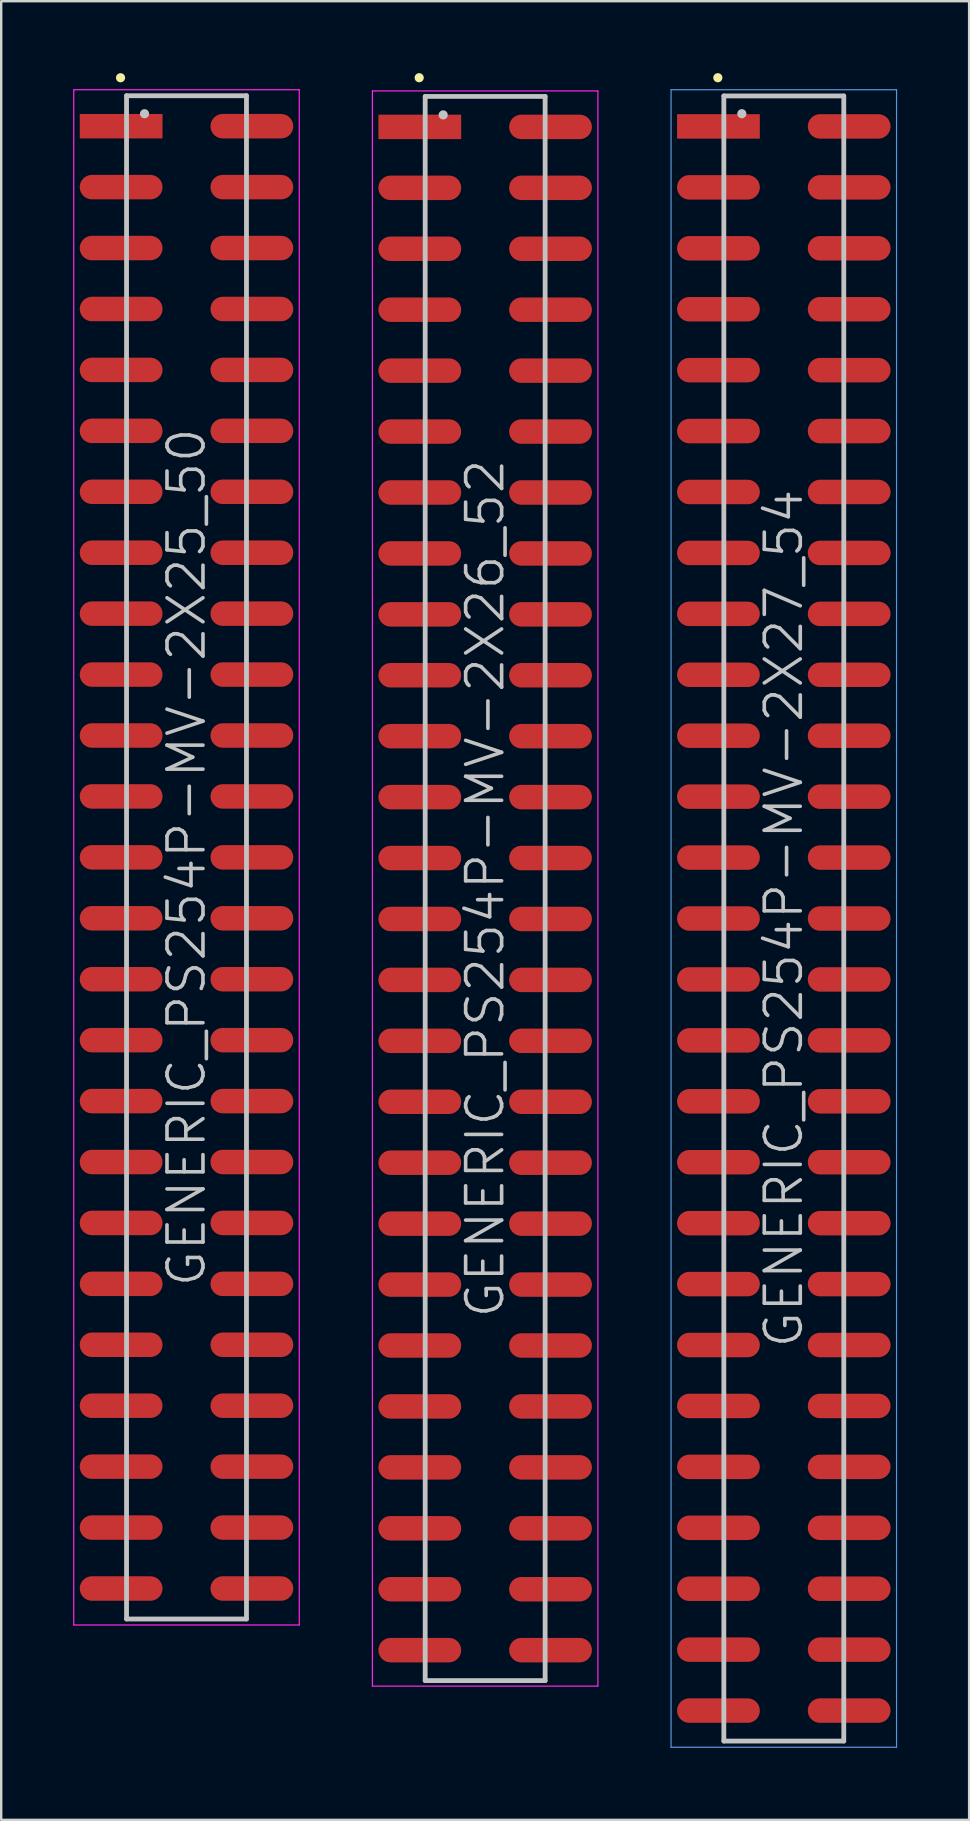
<source format=kicad_pcb>
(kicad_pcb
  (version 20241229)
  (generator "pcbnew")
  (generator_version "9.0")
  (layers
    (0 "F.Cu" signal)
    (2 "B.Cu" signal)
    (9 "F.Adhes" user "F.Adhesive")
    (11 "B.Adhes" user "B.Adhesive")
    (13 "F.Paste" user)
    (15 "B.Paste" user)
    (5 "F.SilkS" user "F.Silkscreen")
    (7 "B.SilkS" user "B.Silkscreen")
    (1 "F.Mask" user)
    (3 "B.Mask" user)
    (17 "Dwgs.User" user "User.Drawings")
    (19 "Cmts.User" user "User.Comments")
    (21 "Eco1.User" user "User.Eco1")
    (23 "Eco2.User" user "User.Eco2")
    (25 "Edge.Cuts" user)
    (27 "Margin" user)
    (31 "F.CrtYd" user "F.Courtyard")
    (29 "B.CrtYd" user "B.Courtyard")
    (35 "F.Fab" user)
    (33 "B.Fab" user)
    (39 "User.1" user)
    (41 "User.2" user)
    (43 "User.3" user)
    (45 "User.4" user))
  (footprint "GENERIC_PS254P-MV-2X25_50"
    (layer "F.Cu")
    (at 4.725 32.691)
    (property "Reference" "GENERIC_PS254P-MV-2X25_50" (at 0 0 90) (layer "Dwgs.User") (effects (font (size 1.5 1.5) (thickness 0.15))))
    (attr smd)
    (fp_line (start -2.75 -32.5) (end -2.75 -32.5) (stroke (width 0.381) (type solid)) (layer "F.SilkS"))
    (fp_line (start -2.5 -31.75) (end -2.5 31.75) (stroke (width 0.2) (type solid)) (layer "Dwgs.User"))
    (fp_line (start -2.5 -31.75) (end 2.5 -31.75) (stroke (width 0.2) (type solid)) (layer "Dwgs.User"))
    (fp_line (start -2.5 31.75) (end 2.5 31.75) (stroke (width 0.2) (type solid)) (layer "Dwgs.User"))
    (fp_line (start -1.75 -31) (end -1.75 -31) (stroke (width 0.381) (type solid)) (layer "Dwgs.User"))
    (fp_line (start 2.5 -31.75) (end 2.5 31.75) (stroke (width 0.2) (type solid)) (layer "Dwgs.User"))
    (fp_line (start -4.7 -32) (end -4.7 32) (stroke (width 0.05) (type solid)) (layer "F.CrtYd"))
    (fp_line (start -4.7 -32) (end 4.7 -32) (stroke (width 0.05) (type solid)) (layer "F.CrtYd"))
    (fp_line (start -4.7 32) (end 4.7 32) (stroke (width 0.05) (type solid)) (layer "F.CrtYd"))
    (fp_line (start 4.7 -32) (end 4.7 32) (stroke (width 0.05) (type solid)) (layer "F.CrtYd"))
    (pad "1" smd rect (at -2.725 -30.48 270) (size 1.02 3.45) (layers "F.Cu" "F.Mask" "F.Paste"))
    (pad "2" smd oval (at 2.725 -30.48 270) (size 1.02 3.45) (layers "F.Cu" "F.Mask" "F.Paste"))
    (pad "3" smd oval (at -2.725 -27.94 270) (size 1.02 3.45) (layers "F.Cu" "F.Mask" "F.Paste"))
    (pad "4" smd oval (at 2.725 -27.94 270) (size 1.02 3.45) (layers "F.Cu" "F.Mask" "F.Paste"))
    (pad "5" smd oval (at -2.725 -25.4 270) (size 1.02 3.45) (layers "F.Cu" "F.Mask" "F.Paste"))
    (pad "6" smd oval (at 2.725 -25.4 270) (size 1.02 3.45) (layers "F.Cu" "F.Mask" "F.Paste"))
    (pad "7" smd oval (at -2.725 -22.86 270) (size 1.02 3.45) (layers "F.Cu" "F.Mask" "F.Paste"))
    (pad "8" smd oval (at 2.725 -22.86 270) (size 1.02 3.45) (layers "F.Cu" "F.Mask" "F.Paste"))
    (pad "9" smd oval (at -2.725 -20.32 270) (size 1.02 3.45) (layers "F.Cu" "F.Mask" "F.Paste"))
    (pad "10" smd oval (at 2.725 -20.32 270) (size 1.02 3.45) (layers "F.Cu" "F.Mask" "F.Paste"))
    (pad "11" smd oval (at -2.725 -17.78 270) (size 1.02 3.45) (layers "F.Cu" "F.Mask" "F.Paste"))
    (pad "12" smd oval (at 2.725 -17.78 270) (size 1.02 3.45) (layers "F.Cu" "F.Mask" "F.Paste"))
    (pad "13" smd oval (at -2.725 -15.24 270) (size 1.02 3.45) (layers "F.Cu" "F.Mask" "F.Paste"))
    (pad "14" smd oval (at 2.725 -15.24 270) (size 1.02 3.45) (layers "F.Cu" "F.Mask" "F.Paste"))
    (pad "15" smd oval (at -2.725 -12.7 270) (size 1.02 3.45) (layers "F.Cu" "F.Mask" "F.Paste"))
    (pad "16" smd oval (at 2.725 -12.7 270) (size 1.02 3.45) (layers "F.Cu" "F.Mask" "F.Paste"))
    (pad "17" smd oval (at -2.725 -10.16 270) (size 1.02 3.45) (layers "F.Cu" "F.Mask" "F.Paste"))
    (pad "18" smd oval (at 2.725 -10.16 270) (size 1.02 3.45) (layers "F.Cu" "F.Mask" "F.Paste"))
    (pad "19" smd oval (at -2.725 -7.62 270) (size 1.02 3.45) (layers "F.Cu" "F.Mask" "F.Paste"))
    (pad "20" smd oval (at 2.725 -7.62 270) (size 1.02 3.45) (layers "F.Cu" "F.Mask" "F.Paste"))
    (pad "21" smd oval (at -2.725 -5.08 270) (size 1.02 3.45) (layers "F.Cu" "F.Mask" "F.Paste"))
    (pad "22" smd oval (at 2.725 -5.08 270) (size 1.02 3.45) (layers "F.Cu" "F.Mask" "F.Paste"))
    (pad "23" smd oval (at -2.725 -2.54 270) (size 1.02 3.45) (layers "F.Cu" "F.Mask" "F.Paste"))
    (pad "24" smd oval (at 2.725 -2.54 270) (size 1.02 3.45) (layers "F.Cu" "F.Mask" "F.Paste"))
    (pad "25" smd oval (at -2.725 0 270) (size 1.02 3.45) (layers "F.Cu" "F.Mask" "F.Paste"))
    (pad "26" smd oval (at 2.725 0 270) (size 1.02 3.45) (layers "F.Cu" "F.Mask" "F.Paste"))
    (pad "27" smd oval (at -2.725 2.54 270) (size 1.02 3.45) (layers "F.Cu" "F.Mask" "F.Paste"))
    (pad "28" smd oval (at 2.725 2.54 270) (size 1.02 3.45) (layers "F.Cu" "F.Mask" "F.Paste"))
    (pad "29" smd oval (at -2.725 5.08 270) (size 1.02 3.45) (layers "F.Cu" "F.Mask" "F.Paste"))
    (pad "30" smd oval (at 2.725 5.08 270) (size 1.02 3.45) (layers "F.Cu" "F.Mask" "F.Paste"))
    (pad "31" smd oval (at -2.725 7.62 270) (size 1.02 3.45) (layers "F.Cu" "F.Mask" "F.Paste"))
    (pad "32" smd oval (at 2.725 7.62 270) (size 1.02 3.45) (layers "F.Cu" "F.Mask" "F.Paste"))
    (pad "33" smd oval (at -2.725 10.16 270) (size 1.02 3.45) (layers "F.Cu" "F.Mask" "F.Paste"))
    (pad "34" smd oval (at 2.725 10.16 270) (size 1.02 3.45) (layers "F.Cu" "F.Mask" "F.Paste"))
    (pad "35" smd oval (at -2.725 12.7 270) (size 1.02 3.45) (layers "F.Cu" "F.Mask" "F.Paste"))
    (pad "36" smd oval (at 2.725 12.7 270) (size 1.02 3.45) (layers "F.Cu" "F.Mask" "F.Paste"))
    (pad "37" smd oval (at -2.725 15.24 270) (size 1.02 3.45) (layers "F.Cu" "F.Mask" "F.Paste"))
    (pad "38" smd oval (at 2.725 15.24 270) (size 1.02 3.45) (layers "F.Cu" "F.Mask" "F.Paste"))
    (pad "39" smd oval (at -2.725 17.78 270) (size 1.02 3.45) (layers "F.Cu" "F.Mask" "F.Paste"))
    (pad "40" smd oval (at 2.725 17.78 270) (size 1.02 3.45) (layers "F.Cu" "F.Mask" "F.Paste"))
    (pad "41" smd oval (at -2.725 20.32 270) (size 1.02 3.45) (layers "F.Cu" "F.Mask" "F.Paste"))
    (pad "42" smd oval (at 2.725 20.32 270) (size 1.02 3.45) (layers "F.Cu" "F.Mask" "F.Paste"))
    (pad "43" smd oval (at -2.725 22.86 270) (size 1.02 3.45) (layers "F.Cu" "F.Mask" "F.Paste"))
    (pad "44" smd oval (at 2.725 22.86 270) (size 1.02 3.45) (layers "F.Cu" "F.Mask" "F.Paste"))
    (pad "45" smd oval (at -2.725 25.4 270) (size 1.02 3.45) (layers "F.Cu" "F.Mask" "F.Paste"))
    (pad "46" smd oval (at 2.725 25.4 270) (size 1.02 3.45) (layers "F.Cu" "F.Mask" "F.Paste"))
    (pad "47" smd oval (at -2.725 27.94 270) (size 1.02 3.45) (layers "F.Cu" "F.Mask" "F.Paste"))
    (pad "48" smd oval (at 2.725 27.94 270) (size 1.02 3.45) (layers "F.Cu" "F.Mask" "F.Paste"))
    (pad "49" smd oval (at -2.725 30.48 270) (size 1.02 3.45) (layers "F.Cu" "F.Mask" "F.Paste"))
    (pad "50" smd oval (at 2.725 30.48 270) (size 1.02 3.45) (layers "F.Cu" "F.Mask" "F.Paste")))
  (footprint "GENERIC_PS254P-MV-2X26_52"
    (layer "F.Cu")
    (at 17.175 33.99)
    (property "Reference" "GENERIC_PS254P-MV-2X26_52" (at 0 0 90) (layer "Dwgs.User") (effects (font (size 1.5 1.5) (thickness 0.15))))
    (attr smd)
    (fp_line (start -2.75 -33.8) (end -2.75 -33.8) (stroke (width 0.381) (type solid)) (layer "F.SilkS"))
    (fp_line (start -2.5 -33.02) (end -2.5 33.02) (stroke (width 0.2) (type solid)) (layer "Dwgs.User"))
    (fp_line (start -2.5 -33.02) (end 2.5 -33.02) (stroke (width 0.2) (type solid)) (layer "Dwgs.User"))
    (fp_line (start -2.5 33.02) (end 2.5 33.02) (stroke (width 0.2) (type solid)) (layer "Dwgs.User"))
    (fp_line (start -1.75 -32.25) (end -1.75 -32.25) (stroke (width 0.381) (type solid)) (layer "Dwgs.User"))
    (fp_line (start 2.5 -33.02) (end 2.5 33.02) (stroke (width 0.2) (type solid)) (layer "Dwgs.User"))
    (fp_line (start -4.7 -33.25) (end -4.7 33.25) (stroke (width 0.05) (type solid)) (layer "F.CrtYd"))
    (fp_line (start -4.7 -33.25) (end 4.7 -33.25) (stroke (width 0.05) (type solid)) (layer "F.CrtYd"))
    (fp_line (start -4.7 33.25) (end 4.7 33.25) (stroke (width 0.05) (type solid)) (layer "F.CrtYd"))
    (fp_line (start 4.7 -33.25) (end 4.7 33.25) (stroke (width 0.05) (type solid)) (layer "F.CrtYd"))
    (pad "1" smd rect (at -2.725 -31.75 270) (size 1.02 3.45) (layers "F.Cu" "F.Mask" "F.Paste"))
    (pad "2" smd oval (at 2.725 -31.75 270) (size 1.02 3.45) (layers "F.Cu" "F.Mask" "F.Paste"))
    (pad "3" smd oval (at -2.725 -29.21 270) (size 1.02 3.45) (layers "F.Cu" "F.Mask" "F.Paste"))
    (pad "4" smd oval (at 2.725 -29.21 270) (size 1.02 3.45) (layers "F.Cu" "F.Mask" "F.Paste"))
    (pad "5" smd oval (at -2.725 -26.67 270) (size 1.02 3.45) (layers "F.Cu" "F.Mask" "F.Paste"))
    (pad "6" smd oval (at 2.725 -26.67 270) (size 1.02 3.45) (layers "F.Cu" "F.Mask" "F.Paste"))
    (pad "7" smd oval (at -2.725 -24.13 270) (size 1.02 3.45) (layers "F.Cu" "F.Mask" "F.Paste"))
    (pad "8" smd oval (at 2.725 -24.13 270) (size 1.02 3.45) (layers "F.Cu" "F.Mask" "F.Paste"))
    (pad "9" smd oval (at -2.725 -21.59 270) (size 1.02 3.45) (layers "F.Cu" "F.Mask" "F.Paste"))
    (pad "10" smd oval (at 2.725 -21.59 270) (size 1.02 3.45) (layers "F.Cu" "F.Mask" "F.Paste"))
    (pad "11" smd oval (at -2.725 -19.05 270) (size 1.02 3.45) (layers "F.Cu" "F.Mask" "F.Paste"))
    (pad "12" smd oval (at 2.725 -19.05 270) (size 1.02 3.45) (layers "F.Cu" "F.Mask" "F.Paste"))
    (pad "13" smd oval (at -2.725 -16.51 270) (size 1.02 3.45) (layers "F.Cu" "F.Mask" "F.Paste"))
    (pad "14" smd oval (at 2.725 -16.51 270) (size 1.02 3.45) (layers "F.Cu" "F.Mask" "F.Paste"))
    (pad "15" smd oval (at -2.725 -13.97 270) (size 1.02 3.45) (layers "F.Cu" "F.Mask" "F.Paste"))
    (pad "16" smd oval (at 2.725 -13.97 270) (size 1.02 3.45) (layers "F.Cu" "F.Mask" "F.Paste"))
    (pad "17" smd oval (at -2.725 -11.43 270) (size 1.02 3.45) (layers "F.Cu" "F.Mask" "F.Paste"))
    (pad "18" smd oval (at 2.725 -11.43 270) (size 1.02 3.45) (layers "F.Cu" "F.Mask" "F.Paste"))
    (pad "19" smd oval (at -2.725 -8.89 270) (size 1.02 3.45) (layers "F.Cu" "F.Mask" "F.Paste"))
    (pad "20" smd oval (at 2.725 -8.89 270) (size 1.02 3.45) (layers "F.Cu" "F.Mask" "F.Paste"))
    (pad "21" smd oval (at -2.725 -6.35 270) (size 1.02 3.45) (layers "F.Cu" "F.Mask" "F.Paste"))
    (pad "22" smd oval (at 2.725 -6.35 270) (size 1.02 3.45) (layers "F.Cu" "F.Mask" "F.Paste"))
    (pad "23" smd oval (at -2.725 -3.81 270) (size 1.02 3.45) (layers "F.Cu" "F.Mask" "F.Paste"))
    (pad "24" smd oval (at 2.725 -3.81 270) (size 1.02 3.45) (layers "F.Cu" "F.Mask" "F.Paste"))
    (pad "25" smd oval (at -2.725 -1.27 270) (size 1.02 3.45) (layers "F.Cu" "F.Mask" "F.Paste"))
    (pad "26" smd oval (at 2.725 -1.27 270) (size 1.02 3.45) (layers "F.Cu" "F.Mask" "F.Paste"))
    (pad "27" smd oval (at -2.725 1.27 270) (size 1.02 3.45) (layers "F.Cu" "F.Mask" "F.Paste"))
    (pad "28" smd oval (at 2.725 1.27 270) (size 1.02 3.45) (layers "F.Cu" "F.Mask" "F.Paste"))
    (pad "29" smd oval (at -2.725 3.81 270) (size 1.02 3.45) (layers "F.Cu" "F.Mask" "F.Paste"))
    (pad "30" smd oval (at 2.725 3.81 270) (size 1.02 3.45) (layers "F.Cu" "F.Mask" "F.Paste"))
    (pad "31" smd oval (at -2.725 6.35 270) (size 1.02 3.45) (layers "F.Cu" "F.Mask" "F.Paste"))
    (pad "32" smd oval (at 2.725 6.35 270) (size 1.02 3.45) (layers "F.Cu" "F.Mask" "F.Paste"))
    (pad "33" smd oval (at -2.725 8.89 270) (size 1.02 3.45) (layers "F.Cu" "F.Mask" "F.Paste"))
    (pad "34" smd oval (at 2.725 8.89 270) (size 1.02 3.45) (layers "F.Cu" "F.Mask" "F.Paste"))
    (pad "35" smd oval (at -2.725 11.43 270) (size 1.02 3.45) (layers "F.Cu" "F.Mask" "F.Paste"))
    (pad "36" smd oval (at 2.725 11.43 270) (size 1.02 3.45) (layers "F.Cu" "F.Mask" "F.Paste"))
    (pad "37" smd oval (at -2.725 13.97 270) (size 1.02 3.45) (layers "F.Cu" "F.Mask" "F.Paste"))
    (pad "38" smd oval (at 2.725 13.97 270) (size 1.02 3.45) (layers "F.Cu" "F.Mask" "F.Paste"))
    (pad "39" smd oval (at -2.725 16.51 270) (size 1.02 3.45) (layers "F.Cu" "F.Mask" "F.Paste"))
    (pad "40" smd oval (at 2.725 16.51 270) (size 1.02 3.45) (layers "F.Cu" "F.Mask" "F.Paste"))
    (pad "41" smd oval (at -2.725 19.05 270) (size 1.02 3.45) (layers "F.Cu" "F.Mask" "F.Paste"))
    (pad "42" smd oval (at 2.725 19.05 270) (size 1.02 3.45) (layers "F.Cu" "F.Mask" "F.Paste"))
    (pad "43" smd oval (at -2.725 21.59 270) (size 1.02 3.45) (layers "F.Cu" "F.Mask" "F.Paste"))
    (pad "44" smd oval (at 2.725 21.59 270) (size 1.02 3.45) (layers "F.Cu" "F.Mask" "F.Paste"))
    (pad "45" smd oval (at -2.725 24.13 270) (size 1.02 3.45) (layers "F.Cu" "F.Mask" "F.Paste"))
    (pad "46" smd oval (at 2.725 24.13 270) (size 1.02 3.45) (layers "F.Cu" "F.Mask" "F.Paste"))
    (pad "47" smd oval (at -2.725 26.67 270) (size 1.02 3.45) (layers "F.Cu" "F.Mask" "F.Paste"))
    (pad "48" smd oval (at 2.725 26.67 270) (size 1.02 3.45) (layers "F.Cu" "F.Mask" "F.Paste"))
    (pad "49" smd oval (at -2.725 29.21 270) (size 1.02 3.45) (layers "F.Cu" "F.Mask" "F.Paste"))
    (pad "50" smd oval (at 2.725 29.21 270) (size 1.02 3.45) (layers "F.Cu" "F.Mask" "F.Paste"))
    (pad "51" smd oval (at -2.725 31.75 270) (size 1.02 3.45) (layers "F.Cu" "F.Mask" "F.Paste"))
    (pad "52" smd oval (at 2.725 31.75 270) (size 1.02 3.45) (layers "F.Cu" "F.Mask" "F.Paste")))
  (footprint "GENERIC_PS254P-MV-2X27_54"
    (layer "F.Cu")
    (at 29.625 35.24)
    (property "Reference" "GENERIC_PS254P-MV-2X27_54" (at 0 0 90) (layer "Dwgs.User") (effects (font (size 1.5 1.5) (thickness 0.15))))
    (attr smd)
    (fp_line (start -2.75 -35.05) (end -2.75 -35.05) (stroke (width 0.381) (type solid)) (layer "F.SilkS"))
    (fp_line (start -2.5 -34.29) (end -2.5 34.29) (stroke (width 0.2) (type solid)) (layer "Dwgs.User"))
    (fp_line (start -2.5 -34.29) (end 2.5 -34.29) (stroke (width 0.2) (type solid)) (layer "Dwgs.User"))
    (fp_line (start -2.5 34.29) (end 2.5 34.29) (stroke (width 0.2) (type solid)) (layer "Dwgs.User"))
    (fp_line (start -1.75 -33.55) (end -1.75 -33.55) (stroke (width 0.381) (type solid)) (layer "Dwgs.User"))
    (fp_line (start 2.5 -34.29) (end 2.5 34.29) (stroke (width 0.2) (type solid)) (layer "Dwgs.User"))
    (fp_line (start -4.7 -34.55) (end -4.7 34.55) (stroke (width 0.05) (type solid)) (layer "Cmts.User"))
    (fp_line (start -4.7 -34.55) (end 4.7 -34.55) (stroke (width 0.05) (type solid)) (layer "Cmts.User"))
    (fp_line (start -4.7 34.55) (end 4.7 34.55) (stroke (width 0.05) (type solid)) (layer "Cmts.User"))
    (fp_line (start 4.7 -34.55) (end 4.7 34.55) (stroke (width 0.05) (type solid)) (layer "Cmts.User"))
    (pad "1" smd rect (at -2.725 -33.02 270) (size 1.02 3.45) (layers "F.Cu" "F.Mask" "F.Paste"))
    (pad "2" smd oval (at 2.725 -33.02 270) (size 1.02 3.45) (layers "F.Cu" "F.Mask" "F.Paste"))
    (pad "3" smd oval (at -2.725 -30.48 270) (size 1.02 3.45) (layers "F.Cu" "F.Mask" "F.Paste"))
    (pad "4" smd oval (at 2.725 -30.48 270) (size 1.02 3.45) (layers "F.Cu" "F.Mask" "F.Paste"))
    (pad "5" smd oval (at -2.725 -27.94 270) (size 1.02 3.45) (layers "F.Cu" "F.Mask" "F.Paste"))
    (pad "6" smd oval (at 2.725 -27.94 270) (size 1.02 3.45) (layers "F.Cu" "F.Mask" "F.Paste"))
    (pad "7" smd oval (at -2.725 -25.4 270) (size 1.02 3.45) (layers "F.Cu" "F.Mask" "F.Paste"))
    (pad "8" smd oval (at 2.725 -25.4 270) (size 1.02 3.45) (layers "F.Cu" "F.Mask" "F.Paste"))
    (pad "9" smd oval (at -2.725 -22.86 270) (size 1.02 3.45) (layers "F.Cu" "F.Mask" "F.Paste"))
    (pad "10" smd oval (at 2.725 -22.86 270) (size 1.02 3.45) (layers "F.Cu" "F.Mask" "F.Paste"))
    (pad "11" smd oval (at -2.725 -20.32 270) (size 1.02 3.45) (layers "F.Cu" "F.Mask" "F.Paste"))
    (pad "12" smd oval (at 2.725 -20.32 270) (size 1.02 3.45) (layers "F.Cu" "F.Mask" "F.Paste"))
    (pad "13" smd oval (at -2.725 -17.78 270) (size 1.02 3.45) (layers "F.Cu" "F.Mask" "F.Paste"))
    (pad "14" smd oval (at 2.725 -17.78 270) (size 1.02 3.45) (layers "F.Cu" "F.Mask" "F.Paste"))
    (pad "15" smd oval (at -2.725 -15.24 270) (size 1.02 3.45) (layers "F.Cu" "F.Mask" "F.Paste"))
    (pad "16" smd oval (at 2.725 -15.24 270) (size 1.02 3.45) (layers "F.Cu" "F.Mask" "F.Paste"))
    (pad "17" smd oval (at -2.725 -12.7 270) (size 1.02 3.45) (layers "F.Cu" "F.Mask" "F.Paste"))
    (pad "18" smd oval (at 2.725 -12.7 270) (size 1.02 3.45) (layers "F.Cu" "F.Mask" "F.Paste"))
    (pad "19" smd oval (at -2.725 -10.16 270) (size 1.02 3.45) (layers "F.Cu" "F.Mask" "F.Paste"))
    (pad "20" smd oval (at 2.725 -10.16 270) (size 1.02 3.45) (layers "F.Cu" "F.Mask" "F.Paste"))
    (pad "21" smd oval (at -2.725 -7.62 270) (size 1.02 3.45) (layers "F.Cu" "F.Mask" "F.Paste"))
    (pad "22" smd oval (at 2.725 -7.62 270) (size 1.02 3.45) (layers "F.Cu" "F.Mask" "F.Paste"))
    (pad "23" smd oval (at -2.725 -5.08 270) (size 1.02 3.45) (layers "F.Cu" "F.Mask" "F.Paste"))
    (pad "24" smd oval (at 2.725 -5.08 270) (size 1.02 3.45) (layers "F.Cu" "F.Mask" "F.Paste"))
    (pad "25" smd oval (at -2.725 -2.54 270) (size 1.02 3.45) (layers "F.Cu" "F.Mask" "F.Paste"))
    (pad "26" smd oval (at 2.725 -2.54 270) (size 1.02 3.45) (layers "F.Cu" "F.Mask" "F.Paste"))
    (pad "27" smd oval (at -2.725 0 270) (size 1.02 3.45) (layers "F.Cu" "F.Mask" "F.Paste"))
    (pad "28" smd oval (at 2.725 0 270) (size 1.02 3.45) (layers "F.Cu" "F.Mask" "F.Paste"))
    (pad "29" smd oval (at -2.725 2.54 270) (size 1.02 3.45) (layers "F.Cu" "F.Mask" "F.Paste"))
    (pad "30" smd oval (at 2.725 2.54 270) (size 1.02 3.45) (layers "F.Cu" "F.Mask" "F.Paste"))
    (pad "31" smd oval (at -2.725 5.08 270) (size 1.02 3.45) (layers "F.Cu" "F.Mask" "F.Paste"))
    (pad "32" smd oval (at 2.725 5.08 270) (size 1.02 3.45) (layers "F.Cu" "F.Mask" "F.Paste"))
    (pad "33" smd oval (at -2.725 7.62 270) (size 1.02 3.45) (layers "F.Cu" "F.Mask" "F.Paste"))
    (pad "34" smd oval (at 2.725 7.62 270) (size 1.02 3.45) (layers "F.Cu" "F.Mask" "F.Paste"))
    (pad "35" smd oval (at -2.725 10.16 270) (size 1.02 3.45) (layers "F.Cu" "F.Mask" "F.Paste"))
    (pad "36" smd oval (at 2.725 10.16 270) (size 1.02 3.45) (layers "F.Cu" "F.Mask" "F.Paste"))
    (pad "37" smd oval (at -2.725 12.7 270) (size 1.02 3.45) (layers "F.Cu" "F.Mask" "F.Paste"))
    (pad "38" smd oval (at 2.725 12.7 270) (size 1.02 3.45) (layers "F.Cu" "F.Mask" "F.Paste"))
    (pad "39" smd oval (at -2.725 15.24 270) (size 1.02 3.45) (layers "F.Cu" "F.Mask" "F.Paste"))
    (pad "40" smd oval (at 2.725 15.24 270) (size 1.02 3.45) (layers "F.Cu" "F.Mask" "F.Paste"))
    (pad "41" smd oval (at -2.725 17.78 270) (size 1.02 3.45) (layers "F.Cu" "F.Mask" "F.Paste"))
    (pad "42" smd oval (at 2.725 17.78 270) (size 1.02 3.45) (layers "F.Cu" "F.Mask" "F.Paste"))
    (pad "43" smd oval (at -2.725 20.32 270) (size 1.02 3.45) (layers "F.Cu" "F.Mask" "F.Paste"))
    (pad "44" smd oval (at 2.725 20.32 270) (size 1.02 3.45) (layers "F.Cu" "F.Mask" "F.Paste"))
    (pad "45" smd oval (at -2.725 22.86 270) (size 1.02 3.45) (layers "F.Cu" "F.Mask" "F.Paste"))
    (pad "46" smd oval (at 2.725 22.86 270) (size 1.02 3.45) (layers "F.Cu" "F.Mask" "F.Paste"))
    (pad "47" smd oval (at -2.725 25.4 270) (size 1.02 3.45) (layers "F.Cu" "F.Mask" "F.Paste"))
    (pad "48" smd oval (at 2.725 25.4 270) (size 1.02 3.45) (layers "F.Cu" "F.Mask" "F.Paste"))
    (pad "49" smd oval (at -2.725 27.94 270) (size 1.02 3.45) (layers "F.Cu" "F.Mask" "F.Paste"))
    (pad "50" smd oval (at 2.725 27.94 270) (size 1.02 3.45) (layers "F.Cu" "F.Mask" "F.Paste"))
    (pad "51" smd oval (at -2.725 30.48 270) (size 1.02 3.45) (layers "F.Cu" "F.Mask" "F.Paste"))
    (pad "52" smd oval (at 2.725 30.48 270) (size 1.02 3.45) (layers "F.Cu" "F.Mask" "F.Paste"))
    (pad "53" smd oval (at -2.725 33.02 270) (size 1.02 3.45) (layers "F.Cu" "F.Mask" "F.Paste"))
    (pad "54" smd oval (at 2.725 33.02 270) (size 1.02 3.45) (layers "F.Cu" "F.Mask" "F.Paste")))
  (gr_rect
    (start -3 -3)
    (end 37.35 72.816)
    (stroke (width 0.1) (type default))
    (fill no)
    (layer "Edge.Cuts")))
</source>
